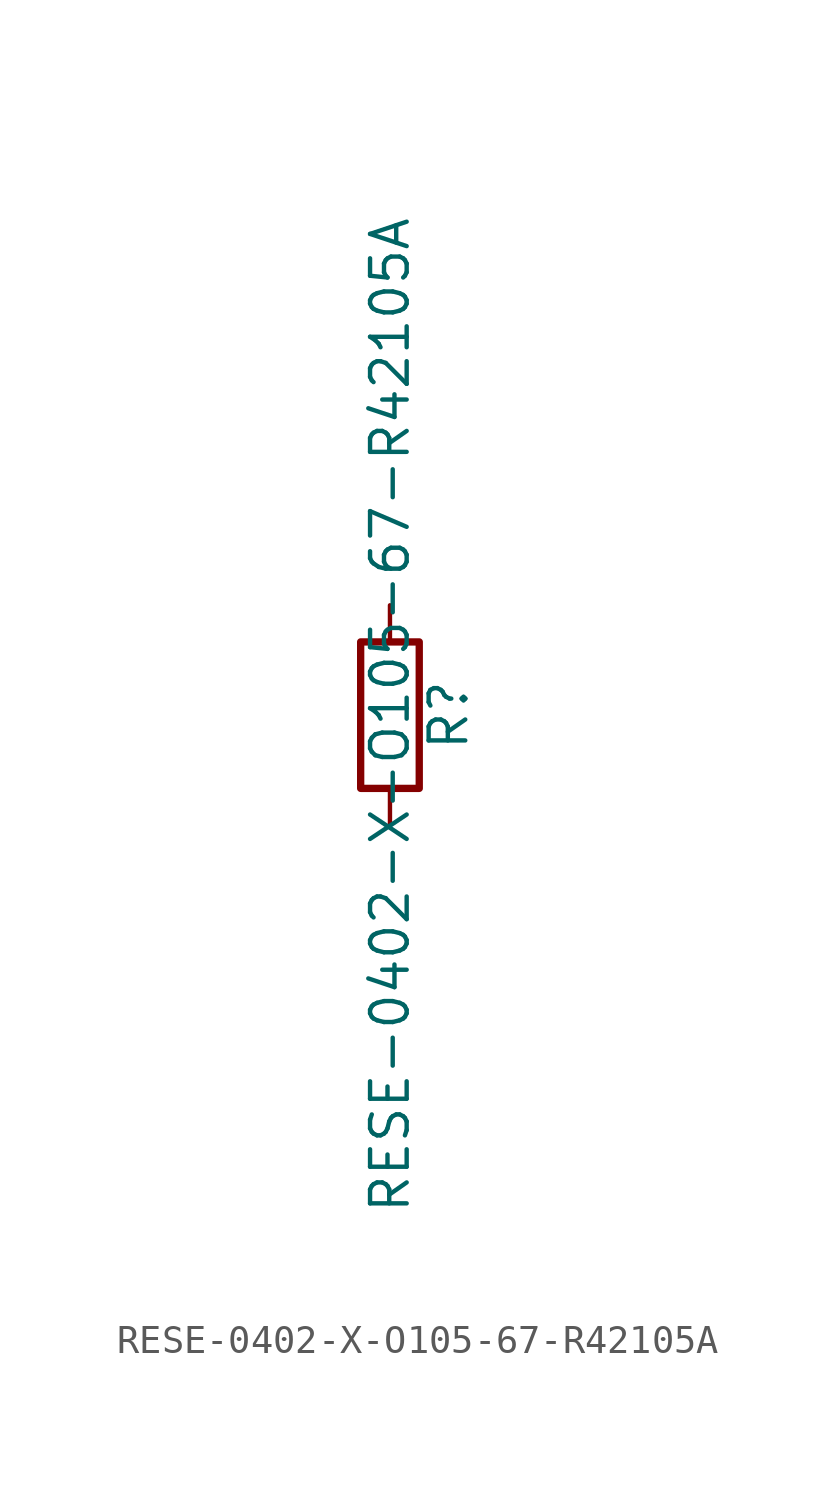
<source format=kicad_sym>
(kicad_symbol_lib
  (version 20211014)
  (generator kicad_symbol_editor)
  (symbol "RESE-0402-X-O105-67-R42105A"
    (pin_numbers hide)
    (pin_names
      (offset 0))
    (property "Reference" "R"
      (at 2.032 0 90)
      (effects (font (size 1.27 1.27))))
    (property "Value" "RESE-0402-X-O105-67-R42105A"
      (at 0 0 90)
      (effects (font (size 1.27 1.27))))
    (symbol "RESE-0402-X-O105-67-R42105A_0_1"
      (rectangle (start -1.016 -2.54) (end 1.016 2.54) (stroke (width 0.254) (type default) (color 0 0 0 0)) (fill (type none))))
    (symbol "RESE-0402-X-O105-67-R42105A_1_1"
      (pin passive line (at 0 3.81 270) (length 1.27) (name "~" (effects (font (size 1.27 1.27)))) (number "1" (effects (font (size 1.27 1.27)))))
      (pin passive line (at 0 -3.81 90) (length 1.27) (name "~" (effects (font (size 1.27 1.27)))) (number "2" (effects (font (size 1.27 1.27))))))))
</source>
